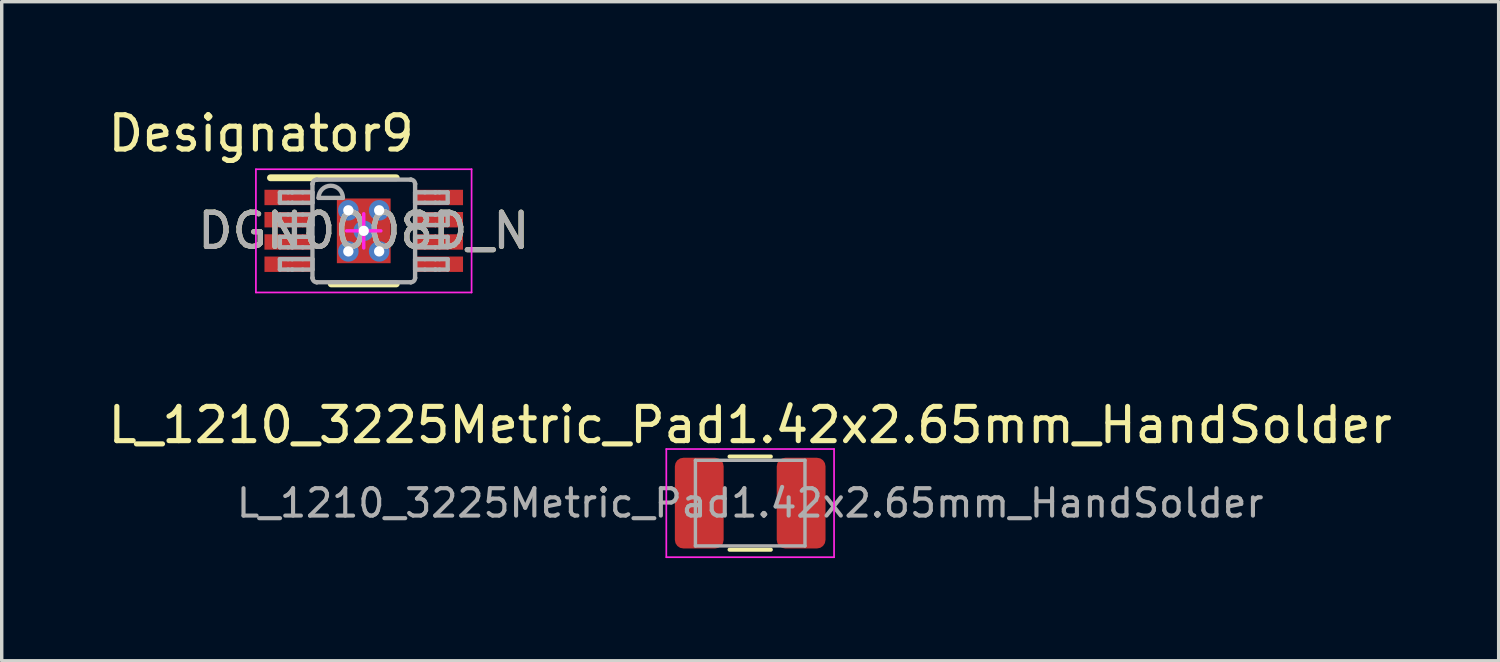
<source format=kicad_pcb>
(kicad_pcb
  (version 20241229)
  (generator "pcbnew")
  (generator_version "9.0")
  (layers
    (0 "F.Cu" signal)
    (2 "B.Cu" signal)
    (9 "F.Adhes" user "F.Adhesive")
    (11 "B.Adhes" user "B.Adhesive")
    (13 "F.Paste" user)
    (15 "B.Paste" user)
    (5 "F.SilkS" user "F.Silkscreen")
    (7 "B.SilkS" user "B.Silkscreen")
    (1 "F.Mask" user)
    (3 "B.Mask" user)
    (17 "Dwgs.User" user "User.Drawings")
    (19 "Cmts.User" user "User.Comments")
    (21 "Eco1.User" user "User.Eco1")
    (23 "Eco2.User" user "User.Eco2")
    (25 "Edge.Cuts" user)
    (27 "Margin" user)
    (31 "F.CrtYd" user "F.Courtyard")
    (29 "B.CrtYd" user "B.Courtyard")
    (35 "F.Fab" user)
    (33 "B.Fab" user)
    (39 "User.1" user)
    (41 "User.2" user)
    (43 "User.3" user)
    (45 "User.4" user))
  (footprint "L_1210_3225Metric_Pad1.42x2.65mm_HandSolder"
    (layer "F.Cu")
    (at 18.863 11.646)
    (property "Reference" "L_1210_3225Metric_Pad1.42x2.65mm_HandSolder" (at 0 -2.28 0) (layer "F.SilkS") (effects (font (size 1 1) (thickness 0.15))))
    (attr smd)
    (fp_line (start -0.602 -1.36) (end 0.602 -1.36) (stroke (width 0.12) (type solid)) (layer "F.SilkS"))
    (fp_line (start -0.602 1.36) (end 0.602 1.36) (stroke (width 0.12) (type solid)) (layer "F.SilkS"))
    (fp_line (start -2.45 -1.58) (end 2.45 -1.58) (stroke (width 0.05) (type solid)) (layer "F.CrtYd"))
    (fp_line (start -2.45 1.58) (end -2.45 -1.58) (stroke (width 0.05) (type solid)) (layer "F.CrtYd"))
    (fp_line (start 2.45 -1.58) (end 2.45 1.58) (stroke (width 0.05) (type solid)) (layer "F.CrtYd"))
    (fp_line (start 2.45 1.58) (end -2.45 1.58) (stroke (width 0.05) (type solid)) (layer "F.CrtYd"))
    (fp_line (start -1.6 -1.25) (end 1.6 -1.25) (stroke (width 0.1) (type solid)) (layer "F.Fab"))
    (fp_line (start -1.6 1.25) (end -1.6 -1.25) (stroke (width 0.1) (type solid)) (layer "F.Fab"))
    (fp_line (start 1.6 -1.25) (end 1.6 1.25) (stroke (width 0.1) (type solid)) (layer "F.Fab"))
    (fp_line (start 1.6 1.25) (end -1.6 1.25) (stroke (width 0.1) (type solid)) (layer "F.Fab"))
    (fp_text user "${REFERENCE}" (at 0 0 0) (layer "F.Fab") (effects (font (size 0.8 0.8) (thickness 0.12))))
    (pad "1" smd roundrect (at -1.488 0) (size 1.425 2.65) (layers "F.Cu" "F.Mask" "F.Paste") (roundrect_rratio 0.175))
    (pad "2" smd roundrect (at 1.488 0) (size 1.425 2.65) (layers "F.Cu" "F.Mask" "F.Paste") (roundrect_rratio 0.175)))
  (footprint "DGN0008D_N"
    (layer "F.Cu")
    (at 7.575 3.693)
    (property "Reference" "DGN0008D_N" (at 0 0 0) (unlocked yes) (layer "F.SilkS") (effects (font (size 1 1) (thickness 0.15))))
    (attr smd)
    (fp_line (start -2.725 -1.55) (end 0.95 -1.55) (stroke (width 0.2) (type solid)) (layer "F.SilkS"))
    (fp_line (start -0.95 1.55) (end 0.95 1.55) (stroke (width 0.2) (type solid)) (layer "F.SilkS"))
    (fp_line (start -3.15 -1.8) (end 3.15 -1.8) (stroke (width 0.05) (type solid)) (layer "F.CrtYd"))
    (fp_line (start -3.15 1.8) (end -3.15 -1.8) (stroke (width 0.05) (type solid)) (layer "F.CrtYd"))
    (fp_line (start -3.15 1.8) (end 3.15 1.8) (stroke (width 0.05) (type solid)) (layer "F.CrtYd"))
    (fp_line (start -0.5 0) (end 0.5 0) (stroke (width 0.1) (type solid)) (layer "F.CrtYd"))
    (fp_line (start 0 0.5) (end 0 -0.5) (stroke (width 0.1) (type solid)) (layer "F.CrtYd"))
    (fp_line (start 3.15 1.8) (end 3.15 -1.8) (stroke (width 0.05) (type solid)) (layer "F.CrtYd"))
    (fp_line (start -2.45 -1.125) (end -2.21 -1.125) (stroke (width 0.127) (type solid)) (layer "F.Fab"))
    (fp_line (start -2.45 -0.82) (end -2.45 -1.125) (stroke (width 0.127) (type solid)) (layer "F.Fab"))
    (fp_line (start -2.45 -0.82) (end -2.21 -0.82) (stroke (width 0.127) (type solid)) (layer "F.Fab"))
    (fp_line (start -2.45 -0.475) (end -2.21 -0.475) (stroke (width 0.127) (type solid)) (layer "F.Fab"))
    (fp_line (start -2.45 -0.17) (end -2.45 -0.475) (stroke (width 0.127) (type solid)) (layer "F.Fab"))
    (fp_line (start -2.45 -0.17) (end -2.21 -0.17) (stroke (width 0.127) (type solid)) (layer "F.Fab"))
    (fp_line (start -2.45 0.175) (end -2.21 0.175) (stroke (width 0.127) (type solid)) (layer "F.Fab"))
    (fp_line (start -2.45 0.48) (end -2.45 0.175) (stroke (width 0.127) (type solid)) (layer "F.Fab"))
    (fp_line (start -2.45 0.48) (end -2.21 0.48) (stroke (width 0.127) (type solid)) (layer "F.Fab"))
    (fp_line (start -2.45 0.826) (end -2.21 0.826) (stroke (width 0.127) (type solid)) (layer "F.Fab"))
    (fp_line (start -2.45 1.131) (end -2.45 0.826) (stroke (width 0.127) (type solid)) (layer "F.Fab"))
    (fp_line (start -2.45 1.131) (end -2.21 1.131) (stroke (width 0.127) (type solid)) (layer "F.Fab"))
    (fp_line (start -2.21 -1.125) (end -2.09 -1.125) (stroke (width 0.127) (type solid)) (layer "F.Fab"))
    (fp_line (start -2.21 -0.82) (end -2.09 -0.82) (stroke (width 0.127) (type solid)) (layer "F.Fab"))
    (fp_line (start -2.21 -0.475) (end -2.09 -0.475) (stroke (width 0.127) (type solid)) (layer "F.Fab"))
    (fp_line (start -2.21 -0.17) (end -2.09 -0.17) (stroke (width 0.127) (type solid)) (layer "F.Fab"))
    (fp_line (start -2.21 0.175) (end -2.09 0.175) (stroke (width 0.127) (type solid)) (layer "F.Fab"))
    (fp_line (start -2.21 0.48) (end -2.09 0.48) (stroke (width 0.127) (type solid)) (layer "F.Fab"))
    (fp_line (start -2.21 0.826) (end -2.09 0.826) (stroke (width 0.127) (type solid)) (layer "F.Fab"))
    (fp_line (start -2.21 1.131) (end -2.09 1.131) (stroke (width 0.127) (type solid)) (layer "F.Fab"))
    (fp_line (start -2.09 -1.125) (end -2.087 -1.125) (stroke (width 0.127) (type solid)) (layer "F.Fab"))
    (fp_line (start -2.09 -0.82) (end -2.087 -0.82) (stroke (width 0.127) (type solid)) (layer "F.Fab"))
    (fp_line (start -2.09 -0.475) (end -2.087 -0.475) (stroke (width 0.127) (type solid)) (layer "F.Fab"))
    (fp_line (start -2.09 -0.17) (end -2.087 -0.17) (stroke (width 0.127) (type solid)) (layer "F.Fab"))
    (fp_line (start -2.09 0.175) (end -2.087 0.175) (stroke (width 0.127) (type solid)) (layer "F.Fab"))
    (fp_line (start -2.09 0.48) (end -2.087 0.48) (stroke (width 0.127) (type solid)) (layer "F.Fab"))
    (fp_line (start -2.09 0.826) (end -2.087 0.826) (stroke (width 0.127) (type solid)) (layer "F.Fab"))
    (fp_line (start -2.09 1.131) (end -2.087 1.131) (stroke (width 0.127) (type solid)) (layer "F.Fab"))
    (fp_line (start -2.087 -1.125) (end -1.784 -1.125) (stroke (width 0.127) (type solid)) (layer "F.Fab"))
    (fp_line (start -2.087 -0.82) (end -1.784 -0.82) (stroke (width 0.127) (type solid)) (layer "F.Fab"))
    (fp_line (start -2.087 -0.475) (end -1.784 -0.475) (stroke (width 0.127) (type solid)) (layer "F.Fab"))
    (fp_line (start -2.087 -0.17) (end -1.784 -0.17) (stroke (width 0.127) (type solid)) (layer "F.Fab"))
    (fp_line (start -2.087 0.175) (end -1.784 0.175) (stroke (width 0.127) (type solid)) (layer "F.Fab"))
    (fp_line (start -2.087 0.48) (end -1.784 0.48) (stroke (width 0.127) (type solid)) (layer "F.Fab"))
    (fp_line (start -2.087 0.826) (end -1.784 0.826) (stroke (width 0.127) (type solid)) (layer "F.Fab"))
    (fp_line (start -2.087 1.131) (end -1.784 1.131) (stroke (width 0.127) (type solid)) (layer "F.Fab"))
    (fp_line (start -1.784 -1.125) (end -1.498 -1.125) (stroke (width 0.127) (type solid)) (layer "F.Fab"))
    (fp_line (start -1.784 -0.82) (end -1.498 -0.82) (stroke (width 0.127) (type solid)) (layer "F.Fab"))
    (fp_line (start -1.784 -0.475) (end -1.498 -0.475) (stroke (width 0.127) (type solid)) (layer "F.Fab"))
    (fp_line (start -1.784 -0.17) (end -1.498 -0.17) (stroke (width 0.127) (type solid)) (layer "F.Fab"))
    (fp_line (start -1.784 0.175) (end -1.498 0.175) (stroke (width 0.127) (type solid)) (layer "F.Fab"))
    (fp_line (start -1.784 0.48) (end -1.498 0.48) (stroke (width 0.127) (type solid)) (layer "F.Fab"))
    (fp_line (start -1.784 0.826) (end -1.498 0.826) (stroke (width 0.127) (type solid)) (layer "F.Fab"))
    (fp_line (start -1.784 1.131) (end -1.498 1.131) (stroke (width 0.127) (type solid)) (layer "F.Fab"))
    (fp_line (start -1.498 -1.369) (end -1.497 -1.372) (stroke (width 0.127) (type solid)) (layer "F.Fab"))
    (fp_line (start -1.498 -0.82) (end -1.498 -1.125) (stroke (width 0.127) (type solid)) (layer "F.Fab"))
    (fp_line (start -1.498 -0.17) (end -1.498 -0.475) (stroke (width 0.127) (type solid)) (layer "F.Fab"))
    (fp_line (start -1.498 0.48) (end -1.498 0.175) (stroke (width 0.127) (type solid)) (layer "F.Fab"))
    (fp_line (start -1.498 1.131) (end -1.498 0.826) (stroke (width 0.127) (type solid)) (layer "F.Fab"))
    (fp_line (start -1.498 1.374) (end -1.498 -1.369) (stroke (width 0.127) (type solid)) (layer "F.Fab"))
    (fp_line (start -1.498 1.374) (end -1.497 1.377) (stroke (width 0.127) (type solid)) (layer "F.Fab"))
    (fp_line (start -1.373 -1.496) (end -1.371 -1.496) (stroke (width 0.127) (type solid)) (layer "F.Fab"))
    (fp_line (start -1.373 1.501) (end -1.371 1.501) (stroke (width 0.127) (type solid)) (layer "F.Fab"))
    (fp_line (start -1.371 -1.496) (end 1.373 -1.496) (stroke (width 0.127) (type solid)) (layer "F.Fab"))
    (fp_line (start -1.371 1.501) (end 1.373 1.501) (stroke (width 0.127) (type solid)) (layer "F.Fab"))
    (fp_line (start -1.32 -0.962) (end -0.609 -0.962) (stroke (width 0.127) (type solid)) (layer "F.Fab"))
    (fp_line (start 1.373 -1.496) (end 1.375 -1.496) (stroke (width 0.127) (type solid)) (layer "F.Fab"))
    (fp_line (start 1.373 1.501) (end 1.375 1.501) (stroke (width 0.127) (type solid)) (layer "F.Fab"))
    (fp_line (start 1.5 -1.372) (end 1.5 -1.369) (stroke (width 0.127) (type solid)) (layer "F.Fab"))
    (fp_line (start 1.5 1.377) (end 1.5 1.374) (stroke (width 0.127) (type solid)) (layer "F.Fab"))
    (fp_line (start 1.5 -1.125) (end 1.786 -1.125) (stroke (width 0.127) (type solid)) (layer "F.Fab"))
    (fp_line (start 1.5 -0.82) (end 1.5 -1.125) (stroke (width 0.127) (type solid)) (layer "F.Fab"))
    (fp_line (start 1.5 -0.82) (end 1.786 -0.82) (stroke (width 0.127) (type solid)) (layer "F.Fab"))
    (fp_line (start 1.5 -0.475) (end 1.786 -0.475) (stroke (width 0.127) (type solid)) (layer "F.Fab"))
    (fp_line (start 1.5 -0.17) (end 1.5 -0.475) (stroke (width 0.127) (type solid)) (layer "F.Fab"))
    (fp_line (start 1.5 -0.17) (end 1.786 -0.17) (stroke (width 0.127) (type solid)) (layer "F.Fab"))
    (fp_line (start 1.5 0.175) (end 1.786 0.175) (stroke (width 0.127) (type solid)) (layer "F.Fab"))
    (fp_line (start 1.5 0.48) (end 1.5 0.175) (stroke (width 0.127) (type solid)) (layer "F.Fab"))
    (fp_line (start 1.5 0.48) (end 1.786 0.48) (stroke (width 0.127) (type solid)) (layer "F.Fab"))
    (fp_line (start 1.5 0.826) (end 1.786 0.826) (stroke (width 0.127) (type solid)) (layer "F.Fab"))
    (fp_line (start 1.5 1.131) (end 1.5 0.826) (stroke (width 0.127) (type solid)) (layer "F.Fab"))
    (fp_line (start 1.5 1.131) (end 1.786 1.131) (stroke (width 0.127) (type solid)) (layer "F.Fab"))
    (fp_line (start 1.5 1.374) (end 1.5 -1.369) (stroke (width 0.127) (type solid)) (layer "F.Fab"))
    (fp_line (start 1.786 -1.125) (end 2.089 -1.125) (stroke (width 0.127) (type solid)) (layer "F.Fab"))
    (fp_line (start 1.786 -0.82) (end 2.089 -0.82) (stroke (width 0.127) (type solid)) (layer "F.Fab"))
    (fp_line (start 1.786 -0.475) (end 2.089 -0.475) (stroke (width 0.127) (type solid)) (layer "F.Fab"))
    (fp_line (start 1.786 -0.17) (end 2.089 -0.17) (stroke (width 0.127) (type solid)) (layer "F.Fab"))
    (fp_line (start 1.786 0.175) (end 2.089 0.175) (stroke (width 0.127) (type solid)) (layer "F.Fab"))
    (fp_line (start 1.786 0.48) (end 2.089 0.48) (stroke (width 0.127) (type solid)) (layer "F.Fab"))
    (fp_line (start 1.786 0.826) (end 2.089 0.826) (stroke (width 0.127) (type solid)) (layer "F.Fab"))
    (fp_line (start 1.786 1.131) (end 2.089 1.131) (stroke (width 0.127) (type solid)) (layer "F.Fab"))
    (fp_line (start 2.089 -1.125) (end 2.093 -1.125) (stroke (width 0.127) (type solid)) (layer "F.Fab"))
    (fp_line (start 2.089 -0.82) (end 2.093 -0.82) (stroke (width 0.127) (type solid)) (layer "F.Fab"))
    (fp_line (start 2.089 -0.475) (end 2.093 -0.475) (stroke (width 0.127) (type solid)) (layer "F.Fab"))
    (fp_line (start 2.089 -0.17) (end 2.093 -0.17) (stroke (width 0.127) (type solid)) (layer "F.Fab"))
    (fp_line (start 2.089 0.175) (end 2.093 0.175) (stroke (width 0.127) (type solid)) (layer "F.Fab"))
    (fp_line (start 2.089 0.48) (end 2.093 0.48) (stroke (width 0.127) (type solid)) (layer "F.Fab"))
    (fp_line (start 2.089 0.826) (end 2.093 0.826) (stroke (width 0.127) (type solid)) (layer "F.Fab"))
    (fp_line (start 2.089 1.131) (end 2.093 1.131) (stroke (width 0.127) (type solid)) (layer "F.Fab"))
    (fp_line (start 2.093 -1.125) (end 2.213 -1.125) (stroke (width 0.127) (type solid)) (layer "F.Fab"))
    (fp_line (start 2.093 -0.82) (end 2.213 -0.82) (stroke (width 0.127) (type solid)) (layer "F.Fab"))
    (fp_line (start 2.093 -0.475) (end 2.213 -0.475) (stroke (width 0.127) (type solid)) (layer "F.Fab"))
    (fp_line (start 2.093 -0.17) (end 2.213 -0.17) (stroke (width 0.127) (type solid)) (layer "F.Fab"))
    (fp_line (start 2.093 0.175) (end 2.213 0.175) (stroke (width 0.127) (type solid)) (layer "F.Fab"))
    (fp_line (start 2.093 0.48) (end 2.213 0.48) (stroke (width 0.127) (type solid)) (layer "F.Fab"))
    (fp_line (start 2.093 0.826) (end 2.213 0.826) (stroke (width 0.127) (type solid)) (layer "F.Fab"))
    (fp_line (start 2.093 1.131) (end 2.213 1.131) (stroke (width 0.127) (type solid)) (layer "F.Fab"))
    (fp_line (start 2.213 -1.125) (end 2.452 -1.125) (stroke (width 0.127) (type solid)) (layer "F.Fab"))
    (fp_line (start 2.213 -0.82) (end 2.452 -0.82) (stroke (width 0.127) (type solid)) (layer "F.Fab"))
    (fp_line (start 2.213 -0.475) (end 2.452 -0.475) (stroke (width 0.127) (type solid)) (layer "F.Fab"))
    (fp_line (start 2.213 -0.17) (end 2.452 -0.17) (stroke (width 0.127) (type solid)) (layer "F.Fab"))
    (fp_line (start 2.213 0.175) (end 2.452 0.175) (stroke (width 0.127) (type solid)) (layer "F.Fab"))
    (fp_line (start 2.213 0.48) (end 2.452 0.48) (stroke (width 0.127) (type solid)) (layer "F.Fab"))
    (fp_line (start 2.213 0.826) (end 2.452 0.826) (stroke (width 0.127) (type solid)) (layer "F.Fab"))
    (fp_line (start 2.213 1.131) (end 2.452 1.131) (stroke (width 0.127) (type solid)) (layer "F.Fab"))
    (fp_line (start 2.452 -0.82) (end 2.452 -1.125) (stroke (width 0.127) (type solid)) (layer "F.Fab"))
    (fp_line (start 2.452 -0.17) (end 2.452 -0.475) (stroke (width 0.127) (type solid)) (layer "F.Fab"))
    (fp_line (start 2.452 0.48) (end 2.452 0.175) (stroke (width 0.127) (type solid)) (layer "F.Fab"))
    (fp_line (start 2.452 1.131) (end 2.452 0.826) (stroke (width 0.127) (type solid)) (layer "F.Fab"))
    (fp_arc (start -1.497476 -1.371582) (mid -1.460306 -1.458644) (end -1.373243 -1.495814) (stroke (width 0.127) (type solid)) (layer "F.Fab"))
    (fp_arc (start -1.373243 1.501336) (mid -1.460306 1.464166) (end -1.497476 1.377104) (stroke (width 0.127) (type solid)) (layer "F.Fab"))
    (fp_arc (start -1.3197 -0.962439) (mid -0.9641 -1.318039) (end -0.6085 -0.962439) (stroke (width 0.127) (type solid)) (layer "F.Fab"))
    (fp_arc (start 1.375443 -1.495814) (mid 1.462498 -1.458634) (end 1.499675 -1.371582) (stroke (width 0.127) (type solid)) (layer "F.Fab"))
    (fp_arc (start 1.499675 1.377104) (mid 1.462505 1.464166) (end 1.375443 1.501336) (stroke (width 0.127) (type solid)) (layer "F.Fab"))
    (fp_text user "Designator9" (at -2.997 -2.845 0) (unlocked yes) (layer "F.SilkS") (effects (font (size 1 1) (thickness 0.15))))
    (fp_text user "${REFERENCE}" (at 0 0 0) (unlocked yes) (layer "F.Fab") (effects (font (size 1 1) (thickness 0.15))))
    (pad "1" smd rect (at -2.225 -0.975 90) (size 0.45 1.35) (layers "F.Cu" "F.Mask" "F.Paste"))
    (pad "2" smd rect (at -2.225 -0.325 90) (size 0.45 1.35) (layers "F.Cu" "F.Mask" "F.Paste"))
    (pad "3" smd rect (at -2.225 0.325 90) (size 0.45 1.35) (layers "F.Cu" "F.Mask" "F.Paste"))
    (pad "4" smd rect (at -2.225 0.975 90) (size 0.45 1.35) (layers "F.Cu" "F.Mask" "F.Paste"))
    (pad "5" smd rect (at 2.225 0.975 90) (size 0.45 1.35) (layers "F.Cu" "F.Mask" "F.Paste"))
    (pad "6" smd rect (at 2.225 0.325 90) (size 0.45 1.35) (layers "F.Cu" "F.Mask" "F.Paste"))
    (pad "7" smd rect (at 2.225 -0.325 90) (size 0.45 1.35) (layers "F.Cu" "F.Mask" "F.Paste"))
    (pad "8" smd rect (at 2.225 -0.975 90) (size 0.45 1.35) (layers "F.Cu" "F.Mask" "F.Paste"))
    (pad "9" thru_hole circle (at -0.45 -0.6) (size 0.6 0.6) (drill 0.3) (layers "*.Cu" "*.Mask"))
    (pad "9" thru_hole circle (at -0.45 0.6) (size 0.6 0.6) (drill 0.3) (layers "*.Cu" "*.Mask"))
    (pad "9" thru_hole circle (at 0 0) (size 0.6 0.6) (drill 0.3) (layers "*.Cu" "*.Mask"))
    (pad "9" smd rect (at 0 0) (size 1.57 1.89) (layers "F.Cu" "F.Mask" "F.Paste"))
    (pad "9" thru_hole circle (at 0.45 -0.6) (size 0.6 0.6) (drill 0.3) (layers "*.Cu" "*.Mask"))
    (pad "9" thru_hole circle (at 0.45 0.6) (size 0.6 0.6) (drill 0.3) (layers "*.Cu" "*.Mask")))
  (gr_rect
    (start -3 -3)
    (end 40.726 16.251)
    (stroke (width 0.1) (type default))
    (fill no)
    (layer "Edge.Cuts")))
</source>
